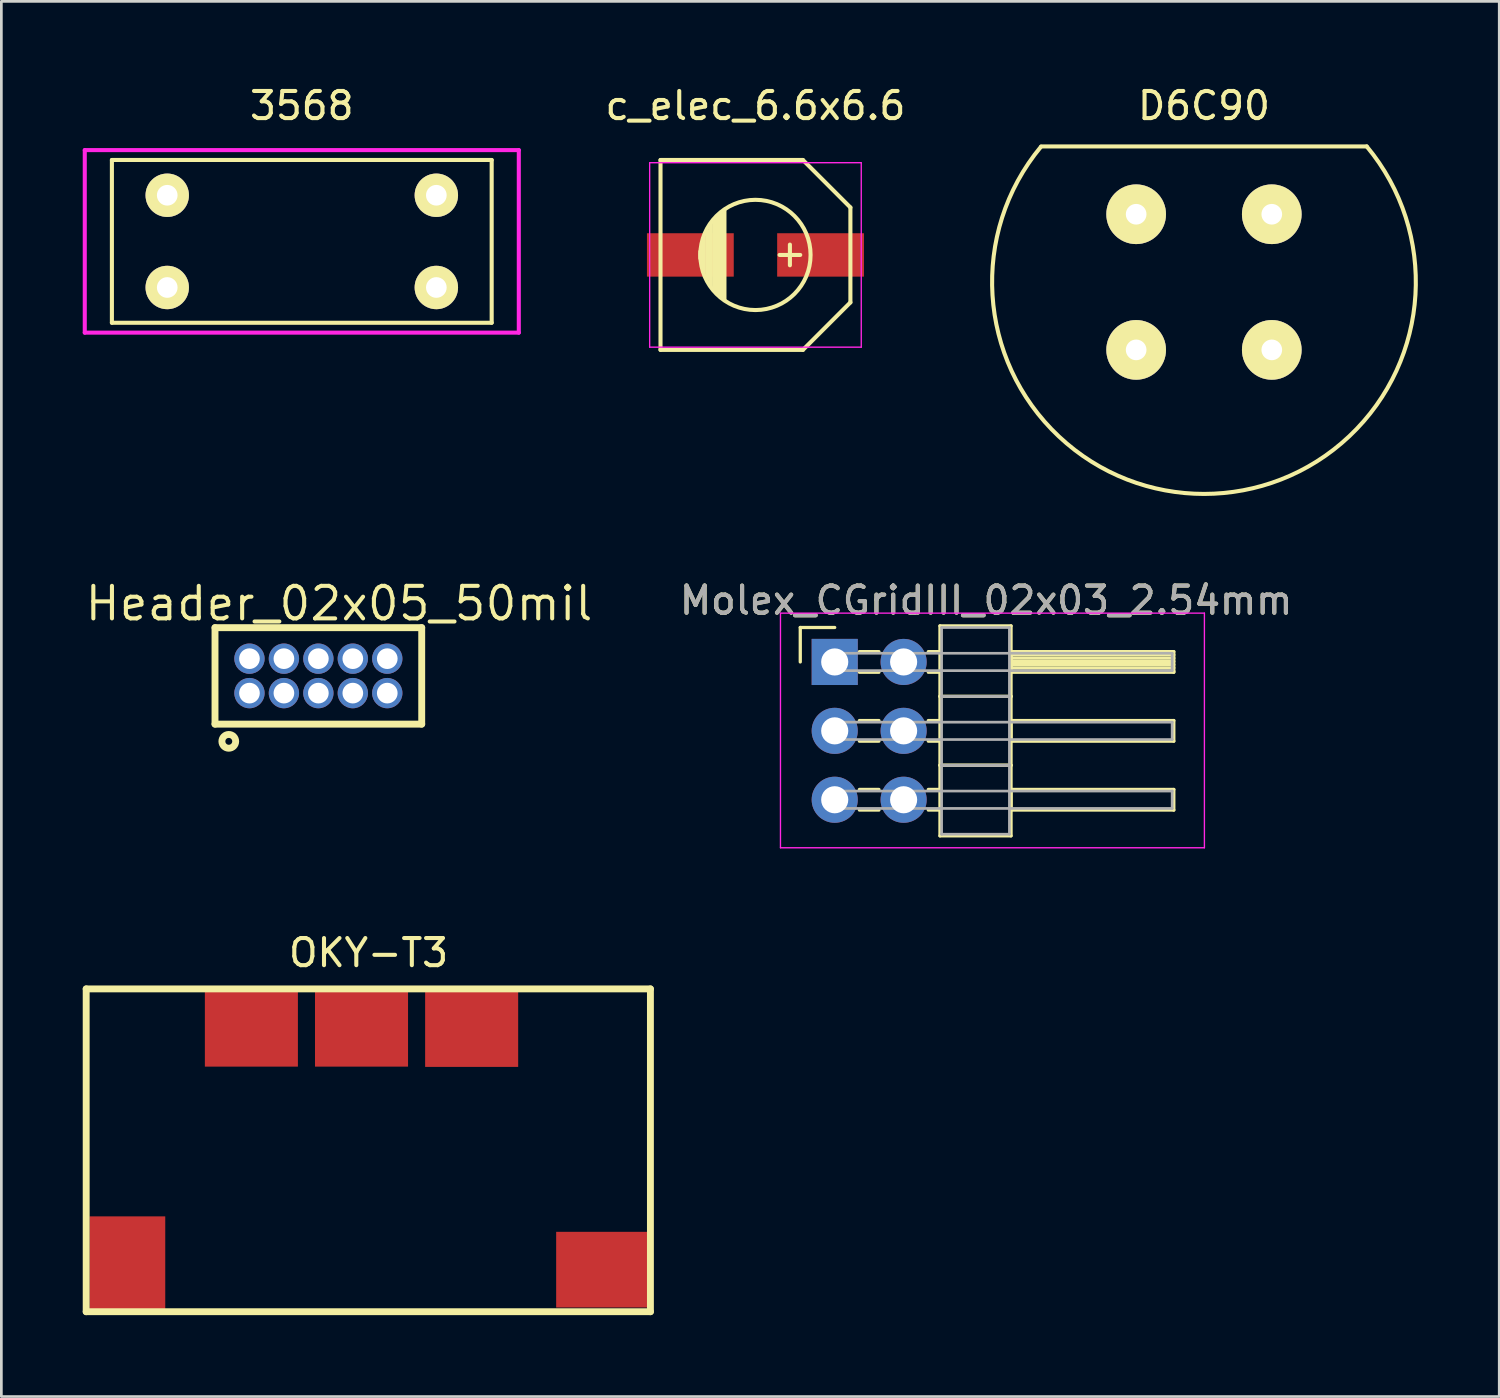
<source format=kicad_pcb>
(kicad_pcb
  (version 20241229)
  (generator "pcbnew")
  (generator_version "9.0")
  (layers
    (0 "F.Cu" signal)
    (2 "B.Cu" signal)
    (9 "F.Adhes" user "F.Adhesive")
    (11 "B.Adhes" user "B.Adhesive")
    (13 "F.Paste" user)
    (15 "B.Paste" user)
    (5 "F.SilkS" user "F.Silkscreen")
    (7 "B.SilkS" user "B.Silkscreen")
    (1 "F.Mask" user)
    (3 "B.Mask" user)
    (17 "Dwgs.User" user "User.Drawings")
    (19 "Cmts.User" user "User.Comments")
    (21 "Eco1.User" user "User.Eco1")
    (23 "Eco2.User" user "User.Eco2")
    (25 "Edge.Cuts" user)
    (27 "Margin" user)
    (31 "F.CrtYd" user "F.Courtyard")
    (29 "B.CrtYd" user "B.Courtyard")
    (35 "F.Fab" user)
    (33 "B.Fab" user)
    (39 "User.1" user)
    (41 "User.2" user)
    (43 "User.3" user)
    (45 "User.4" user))
  (footprint "3568"
    (layer "F.Cu")
    (at 8.075 5.848)
    (property "Reference" "3568" (at 0 -5 0) (layer "F.SilkS") (effects (font (size 1 1) (thickness 0.15))))
    (attr through_hole)
    (fp_line (start -7 -3) (end -7 3) (stroke (width 0.15) (type solid)) (layer "F.SilkS"))
    (fp_line (start -7 3) (end 7 3) (stroke (width 0.15) (type solid)) (layer "F.SilkS"))
    (fp_line (start 7 -3) (end -7 -3) (stroke (width 0.15) (type solid)) (layer "F.SilkS"))
    (fp_line (start 7 3) (end 7 -3) (stroke (width 0.15) (type solid)) (layer "F.SilkS"))
    (fp_line (start -8 -3.365) (end 8 -3.365) (stroke (width 0.15) (type solid)) (layer "F.CrtYd"))
    (fp_line (start -8 3.365) (end -8 -3.365) (stroke (width 0.15) (type solid)) (layer "F.CrtYd"))
    (fp_line (start 8 -3.365) (end 8 3.365) (stroke (width 0.15) (type solid)) (layer "F.CrtYd"))
    (fp_line (start 8 3.365) (end -8 3.365) (stroke (width 0.15) (type solid)) (layer "F.CrtYd"))
    (pad "1" thru_hole circle (at -4.96 -1.7) (size 1.6 1.6) (drill 0.762) (layers "*.Cu" "*.Mask" "F.SilkS"))
    (pad "1" thru_hole circle (at -4.96 1.7) (size 1.6 1.6) (drill 0.762) (layers "*.Cu" "*.Mask" "F.SilkS"))
    (pad "2" thru_hole circle (at 4.96 -1.7) (size 1.6 1.6) (drill 0.762) (layers "*.Cu" "*.Mask" "F.SilkS"))
    (pad "2" thru_hole circle (at 4.96 1.7) (size 1.6 1.6) (drill 0.762) (layers "*.Cu" "*.Mask" "F.SilkS")))
  (footprint "Header_02x05_50mil"
    (layer "F.Cu")
    (at 6.146 22.501)
    (property "Reference" "Header_02x05_50mil" (at 3.302 -3.302 180) (layer "F.SilkS") (effects (font (size 1.2 1.2) (thickness 0.15))))
    (attr through_hole)
    (fp_line (start -1.27 1.143) (end -1.27 -2.413) (stroke (width 0.254) (type solid)) (layer "F.SilkS"))
    (fp_line (start -1.27 1.143) (end 6.35 1.143) (stroke (width 0.254) (type solid)) (layer "F.SilkS"))
    (fp_line (start 6.35 -2.413) (end -1.27 -2.413) (stroke (width 0.254) (type solid)) (layer "F.SilkS"))
    (fp_line (start 6.35 1.143) (end 6.35 -2.413) (stroke (width 0.254) (type solid)) (layer "F.SilkS"))
    (fp_circle (center -0.762 1.778) (end -0.762 1.524) (stroke (width 0.254) (type solid)) (fill no) (layer "F.SilkS"))
    (pad "1" thru_hole circle (at 0 0) (size 1.118 1.118) (drill 0.762) (layers "*.Cu" "*.Mask"))
    (pad "2" thru_hole circle (at 0 -1.27) (size 1.118 1.118) (drill 0.762) (layers "*.Cu" "*.Mask"))
    (pad "3" thru_hole circle (at 1.27 0) (size 1.118 1.118) (drill 0.762) (layers "*.Cu" "*.Mask"))
    (pad "4" thru_hole circle (at 1.27 -1.27) (size 1.118 1.118) (drill 0.762) (layers "*.Cu" "*.Mask"))
    (pad "5" thru_hole circle (at 2.54 0) (size 1.118 1.118) (drill 0.762) (layers "*.Cu" "*.Mask"))
    (pad "6" thru_hole circle (at 2.54 -1.27) (size 1.118 1.118) (drill 0.762) (layers "*.Cu" "*.Mask"))
    (pad "7" thru_hole circle (at 3.81 0) (size 1.118 1.118) (drill 0.762) (layers "*.Cu" "*.Mask"))
    (pad "8" thru_hole circle (at 3.81 -1.27) (size 1.118 1.118) (drill 0.762) (layers "*.Cu" "*.Mask"))
    (pad "9" thru_hole circle (at 5.08 0) (size 1.118 1.118) (drill 0.762) (layers "*.Cu" "*.Mask"))
    (pad "10" thru_hole circle (at 5.08 -1.27) (size 1.118 1.118) (drill 0.762) (layers "*.Cu" "*.Mask")))
  (footprint "OKY-T3"
    (layer "F.Cu")
    (at 1.647 43.505)
    (property "Reference" "OKY-T3" (at 8.89 -11.43 0) (layer "F.SilkS") (effects (font (size 1 1) (thickness 0.15))))
    (attr through_hole)
    (fp_line (start -1.52 -10.1) (end 19.28 -10.1) (stroke (width 0.254) (type solid)) (layer "F.SilkS"))
    (fp_line (start -1.52 1.8) (end -1.52 -10.1) (stroke (width 0.254) (type solid)) (layer "F.SilkS"))
    (fp_line (start 19.28 -10.1) (end 19.28 1.8) (stroke (width 0.254) (type solid)) (layer "F.SilkS"))
    (fp_line (start 19.28 1.8) (end -1.52 1.8) (stroke (width 0.254) (type solid)) (layer "F.SilkS"))
    (pad "1" smd rect (at 0 0) (size 2.79 3.43) (layers "F.Cu" "F.Mask" "F.Paste"))
    (pad "2" smd rect (at 17.52 0.25) (size 3.43 2.79) (layers "F.Cu" "F.Mask" "F.Paste"))
    (pad "3" smd rect (at 12.69 -8.62) (size 3.43 2.79) (layers "F.Cu" "F.Mask" "F.Paste"))
    (pad "4" smd rect (at 8.63 -8.63) (size 3.43 2.79) (layers "F.Cu" "F.Mask" "F.Paste"))
    (pad "5" smd rect (at 4.57 -8.63) (size 3.43 2.79) (layers "F.Cu" "F.Mask" "F.Paste")))
  (footprint "D6C90"
    (layer "F.Cu")
    (at 41.333 7.348)
    (property "Reference" "D6C90" (at 0 -6.5 0) (layer "F.SilkS") (effects (font (size 1 1) (thickness 0.15))))
    (attr through_hole)
    (fp_line (start -6 -5) (end 6 -5) (stroke (width 0.15) (type solid)) (layer "F.SilkS"))
    (fp_arc (start 6 -5) (mid 0.007575 7.810246) (end -6.009688 -4.988352) (stroke (width 0.15) (type solid)) (layer "F.SilkS"))
    (pad "1" thru_hole circle (at -2.5 -2.5) (size 2.2 2.2) (drill 0.762) (layers "*.Cu" "*.Mask" "F.SilkS"))
    (pad "2" thru_hole circle (at -2.5 2.5) (size 2.2 2.2) (drill 0.762) (layers "*.Cu" "*.Mask" "F.SilkS"))
    (pad "3" thru_hole circle (at 2.5 -2.5) (size 2.2 2.2) (drill 0.762) (layers "*.Cu" "*.Mask" "F.SilkS"))
    (pad "4" thru_hole circle (at 2.5 2.5) (size 2.2 2.2) (drill 0.762) (layers "*.Cu" "*.Mask" "F.SilkS")))
  (footprint "Molex_CGridIII_02x03_2.54mm"
    (layer "F.Cu")
    (at 27.721 21.352)
    (property "Reference" "Molex_CGridIII_02x03_2.54mm" (at 5.585 -2.27 0) (layer "F.SilkS") (effects (font (size 1 1) (thickness 0.15))))
    (attr through_hole)
    (fp_line (start -1.27 -1.27) (end 0 -1.27) (stroke (width 0.12) (type solid)) (layer "F.SilkS"))
    (fp_line (start -1.27 0) (end -1.27 -1.27) (stroke (width 0.12) (type solid)) (layer "F.SilkS"))
    (fp_line (start 0.91 -0.38) (end 1.63 -0.38) (stroke (width 0.12) (type solid)) (layer "F.SilkS"))
    (fp_line (start 0.91 0.38) (end 1.63 0.38) (stroke (width 0.12) (type solid)) (layer "F.SilkS"))
    (fp_line (start 0.91 2.16) (end 1.63 2.16) (stroke (width 0.12) (type solid)) (layer "F.SilkS"))
    (fp_line (start 0.91 2.92) (end 1.63 2.92) (stroke (width 0.12) (type solid)) (layer "F.SilkS"))
    (fp_line (start 0.91 4.7) (end 1.63 4.7) (stroke (width 0.12) (type solid)) (layer "F.SilkS"))
    (fp_line (start 0.91 5.46) (end 1.63 5.46) (stroke (width 0.12) (type solid)) (layer "F.SilkS"))
    (fp_line (start 3.45 -0.38) (end 3.88 -0.38) (stroke (width 0.12) (type solid)) (layer "F.SilkS"))
    (fp_line (start 3.45 0.38) (end 3.88 0.38) (stroke (width 0.12) (type solid)) (layer "F.SilkS"))
    (fp_line (start 3.45 2.16) (end 3.88 2.16) (stroke (width 0.12) (type solid)) (layer "F.SilkS"))
    (fp_line (start 3.45 2.92) (end 3.88 2.92) (stroke (width 0.12) (type solid)) (layer "F.SilkS"))
    (fp_line (start 3.45 4.7) (end 3.88 4.7) (stroke (width 0.12) (type solid)) (layer "F.SilkS"))
    (fp_line (start 3.45 5.46) (end 3.88 5.46) (stroke (width 0.12) (type solid)) (layer "F.SilkS"))
    (fp_line (start 3.88 -1.33) (end 3.88 1.27) (stroke (width 0.12) (type solid)) (layer "F.SilkS"))
    (fp_line (start 3.88 1.27) (end 3.88 3.81) (stroke (width 0.12) (type solid)) (layer "F.SilkS"))
    (fp_line (start 3.88 1.27) (end 6.5 1.27) (stroke (width 0.12) (type solid)) (layer "F.SilkS"))
    (fp_line (start 3.88 3.81) (end 3.88 6.41) (stroke (width 0.12) (type solid)) (layer "F.SilkS"))
    (fp_line (start 3.88 3.81) (end 6.5 3.81) (stroke (width 0.12) (type solid)) (layer "F.SilkS"))
    (fp_line (start 3.88 6.41) (end 6.5 6.41) (stroke (width 0.12) (type solid)) (layer "F.SilkS"))
    (fp_line (start 6.5 -1.33) (end 3.88 -1.33) (stroke (width 0.12) (type solid)) (layer "F.SilkS"))
    (fp_line (start 6.5 -0.38) (end 6.5 0.38) (stroke (width 0.12) (type solid)) (layer "F.SilkS"))
    (fp_line (start 6.5 -0.26) (end 12.5 -0.26) (stroke (width 0.12) (type solid)) (layer "F.SilkS"))
    (fp_line (start 6.5 -0.14) (end 12.5 -0.14) (stroke (width 0.12) (type solid)) (layer "F.SilkS"))
    (fp_line (start 6.5 -0.02) (end 12.5 -0.02) (stroke (width 0.12) (type solid)) (layer "F.SilkS"))
    (fp_line (start 6.5 0.1) (end 12.5 0.1) (stroke (width 0.12) (type solid)) (layer "F.SilkS"))
    (fp_line (start 6.5 0.22) (end 12.5 0.22) (stroke (width 0.12) (type solid)) (layer "F.SilkS"))
    (fp_line (start 6.5 0.34) (end 12.5 0.34) (stroke (width 0.12) (type solid)) (layer "F.SilkS"))
    (fp_line (start 6.5 0.38) (end 12.5 0.38) (stroke (width 0.12) (type solid)) (layer "F.SilkS"))
    (fp_line (start 6.5 1.27) (end 3.88 1.27) (stroke (width 0.12) (type solid)) (layer "F.SilkS"))
    (fp_line (start 6.5 1.27) (end 6.5 -1.33) (stroke (width 0.12) (type solid)) (layer "F.SilkS"))
    (fp_line (start 6.5 2.16) (end 6.5 2.92) (stroke (width 0.12) (type solid)) (layer "F.SilkS"))
    (fp_line (start 6.5 2.92) (end 12.5 2.92) (stroke (width 0.12) (type solid)) (layer "F.SilkS"))
    (fp_line (start 6.5 3.81) (end 3.88 3.81) (stroke (width 0.12) (type solid)) (layer "F.SilkS"))
    (fp_line (start 6.5 3.81) (end 6.5 1.27) (stroke (width 0.12) (type solid)) (layer "F.SilkS"))
    (fp_line (start 6.5 4.7) (end 6.5 5.46) (stroke (width 0.12) (type solid)) (layer "F.SilkS"))
    (fp_line (start 6.5 5.46) (end 12.5 5.46) (stroke (width 0.12) (type solid)) (layer "F.SilkS"))
    (fp_line (start 6.5 6.41) (end 6.5 3.81) (stroke (width 0.12) (type solid)) (layer "F.SilkS"))
    (fp_line (start 12.5 -0.38) (end 6.5 -0.38) (stroke (width 0.12) (type solid)) (layer "F.SilkS"))
    (fp_line (start 12.5 0.38) (end 12.5 -0.38) (stroke (width 0.12) (type solid)) (layer "F.SilkS"))
    (fp_line (start 12.5 2.16) (end 6.5 2.16) (stroke (width 0.12) (type solid)) (layer "F.SilkS"))
    (fp_line (start 12.5 2.92) (end 12.5 2.16) (stroke (width 0.12) (type solid)) (layer "F.SilkS"))
    (fp_line (start 12.5 4.7) (end 6.5 4.7) (stroke (width 0.12) (type solid)) (layer "F.SilkS"))
    (fp_line (start 12.5 5.46) (end 12.5 4.7) (stroke (width 0.12) (type solid)) (layer "F.SilkS"))
    (fp_line (start -2 -1.8) (end 13.628 -1.8) (stroke (width 0.05) (type solid)) (layer "F.CrtYd"))
    (fp_line (start -2 6.85) (end -2 -1.8) (stroke (width 0.05) (type solid)) (layer "F.CrtYd"))
    (fp_line (start -2 6.85) (end 13.628 6.85) (stroke (width 0.05) (type solid)) (layer "F.CrtYd"))
    (fp_line (start 13.628 6.85) (end 13.628 -1.8) (stroke (width 0.05) (type solid)) (layer "F.CrtYd"))
    (fp_line (start 0 -0.32) (end 0 0.32) (stroke (width 0.1) (type solid)) (layer "F.Fab"))
    (fp_line (start 0 0.32) (end 12.44 0.32) (stroke (width 0.1) (type solid)) (layer "F.Fab"))
    (fp_line (start 0 2.22) (end 0 2.86) (stroke (width 0.1) (type solid)) (layer "F.Fab"))
    (fp_line (start 0 2.86) (end 12.44 2.86) (stroke (width 0.1) (type solid)) (layer "F.Fab"))
    (fp_line (start 0 4.76) (end 0 5.4) (stroke (width 0.1) (type solid)) (layer "F.Fab"))
    (fp_line (start 0 5.4) (end 12.44 5.4) (stroke (width 0.1) (type solid)) (layer "F.Fab"))
    (fp_line (start 3.94 -1.27) (end 3.94 1.27) (stroke (width 0.1) (type solid)) (layer "F.Fab"))
    (fp_line (start 3.94 1.27) (end 3.94 3.81) (stroke (width 0.1) (type solid)) (layer "F.Fab"))
    (fp_line (start 3.94 1.27) (end 6.44 1.27) (stroke (width 0.1) (type solid)) (layer "F.Fab"))
    (fp_line (start 3.94 3.81) (end 3.94 6.35) (stroke (width 0.1) (type solid)) (layer "F.Fab"))
    (fp_line (start 3.94 3.81) (end 6.44 3.81) (stroke (width 0.1) (type solid)) (layer "F.Fab"))
    (fp_line (start 3.94 6.35) (end 6.44 6.35) (stroke (width 0.1) (type solid)) (layer "F.Fab"))
    (fp_line (start 6.44 -1.27) (end 3.94 -1.27) (stroke (width 0.1) (type solid)) (layer "F.Fab"))
    (fp_line (start 6.44 1.27) (end 3.94 1.27) (stroke (width 0.1) (type solid)) (layer "F.Fab"))
    (fp_line (start 6.44 1.27) (end 6.44 -1.27) (stroke (width 0.1) (type solid)) (layer "F.Fab"))
    (fp_line (start 6.44 3.81) (end 3.94 3.81) (stroke (width 0.1) (type solid)) (layer "F.Fab"))
    (fp_line (start 6.44 3.81) (end 6.44 1.27) (stroke (width 0.1) (type solid)) (layer "F.Fab"))
    (fp_line (start 6.44 6.35) (end 6.44 3.81) (stroke (width 0.1) (type solid)) (layer "F.Fab"))
    (fp_line (start 12.44 -0.32) (end 0 -0.32) (stroke (width 0.1) (type solid)) (layer "F.Fab"))
    (fp_line (start 12.44 0.32) (end 12.44 -0.32) (stroke (width 0.1) (type solid)) (layer "F.Fab"))
    (fp_line (start 12.44 2.22) (end 0 2.22) (stroke (width 0.1) (type solid)) (layer "F.Fab"))
    (fp_line (start 12.44 2.86) (end 12.44 2.22) (stroke (width 0.1) (type solid)) (layer "F.Fab"))
    (fp_line (start 12.44 4.76) (end 0 4.76) (stroke (width 0.1) (type solid)) (layer "F.Fab"))
    (fp_line (start 12.44 5.4) (end 12.44 4.76) (stroke (width 0.1) (type solid)) (layer "F.Fab"))
    (fp_text user "${REFERENCE}" (at 5.585 -2.27 0) (layer "F.Fab") (effects (font (size 1 1) (thickness 0.15))))
    (pad "1" thru_hole rect (at 0 0) (size 1.7 1.7) (drill 1) (layers "*.Cu" "*.Mask"))
    (pad "2" thru_hole oval (at 2.54 0) (size 1.7 1.7) (drill 1) (layers "*.Cu" "*.Mask"))
    (pad "3" thru_hole oval (at 0 2.54) (size 1.7 1.7) (drill 1) (layers "*.Cu" "*.Mask"))
    (pad "4" thru_hole oval (at 2.54 2.54) (size 1.7 1.7) (drill 1) (layers "*.Cu" "*.Mask"))
    (pad "5" thru_hole oval (at 0 5.08) (size 1.7 1.7) (drill 1) (layers "*.Cu" "*.Mask"))
    (pad "6" thru_hole oval (at 2.54 5.08) (size 1.7 1.7) (drill 1) (layers "*.Cu" "*.Mask")))
  (footprint "c_elec_6.6x6.6"
    (layer "F.Cu")
    (at 24.799 6.348)
    (property "Reference" "c_elec_6.6x6.6" (at 0 -5.5 0) (layer "F.SilkS") (effects (font (size 1 1) (thickness 0.15))))
    (attr smd)
    (fp_line (start -3.5 -3.5) (end -3.5 3.5) (stroke (width 0.15) (type solid)) (layer "F.SilkS"))
    (fp_line (start -3.5 -3.5) (end 1.75 -3.5) (stroke (width 0.15) (type solid)) (layer "F.SilkS"))
    (fp_line (start -3.5 3.5) (end 1.75 3.5) (stroke (width 0.15) (type solid)) (layer "F.SilkS"))
    (fp_line (start -2.032 0.127) (end -2.032 -0.127) (stroke (width 0.15) (type solid)) (layer "F.SilkS"))
    (fp_line (start -1.905 -0.635) (end -1.905 0.635) (stroke (width 0.15) (type solid)) (layer "F.SilkS"))
    (fp_line (start -1.778 0.889) (end -1.778 -0.889) (stroke (width 0.15) (type solid)) (layer "F.SilkS"))
    (fp_line (start -1.651 1.143) (end -1.651 -1.143) (stroke (width 0.15) (type solid)) (layer "F.SilkS"))
    (fp_line (start -1.524 -1.27) (end -1.524 1.27) (stroke (width 0.15) (type solid)) (layer "F.SilkS"))
    (fp_line (start -1.397 1.397) (end -1.397 -1.397) (stroke (width 0.15) (type solid)) (layer "F.SilkS"))
    (fp_line (start -1.27 -1.524) (end -1.27 1.524) (stroke (width 0.15) (type solid)) (layer "F.SilkS"))
    (fp_line (start -1.143 -1.651) (end -1.143 1.651) (stroke (width 0.15) (type solid)) (layer "F.SilkS"))
    (fp_line (start 1.27 -0.381) (end 1.27 0.381) (stroke (width 0.15) (type solid)) (layer "F.SilkS"))
    (fp_line (start 1.651 0) (end 0.889 0) (stroke (width 0.15) (type solid)) (layer "F.SilkS"))
    (fp_line (start 1.75 -3.5) (end 3.5 -1.75) (stroke (width 0.15) (type solid)) (layer "F.SilkS"))
    (fp_line (start 1.75 3.5) (end 3.5 1.75) (stroke (width 0.15) (type solid)) (layer "F.SilkS"))
    (fp_line (start 3.5 -1.75) (end 3.5 1.75) (stroke (width 0.15) (type solid)) (layer "F.SilkS"))
    (fp_circle (center 0 0) (end -2.032 0) (stroke (width 0.15) (type solid)) (fill no) (layer "F.SilkS"))
    (fp_line (start -3.9 -3.4) (end -3.9 3.4) (stroke (width 0.05) (type solid)) (layer "F.CrtYd"))
    (fp_line (start -3.9 3.4) (end 3.9 3.4) (stroke (width 0.05) (type solid)) (layer "F.CrtYd"))
    (fp_line (start 3.9 -3.4) (end -3.9 -3.4) (stroke (width 0.05) (type solid)) (layer "F.CrtYd"))
    (fp_line (start 3.9 3.4) (end 3.9 -3.4) (stroke (width 0.05) (type solid)) (layer "F.CrtYd"))
    (pad "1" smd rect (at 2.4 0) (size 3.2 1.6) (layers "F.Cu" "F.Mask" "F.Paste"))
    (pad "2" smd rect (at -2.4 0) (size 3.2 1.6) (layers "F.Cu" "F.Mask" "F.Paste")))
  (gr_rect
    (start -3 -3)
    (end 52.218 48.432)
    (stroke (width 0.1) (type default))
    (fill no)
    (layer "Edge.Cuts")))
</source>
